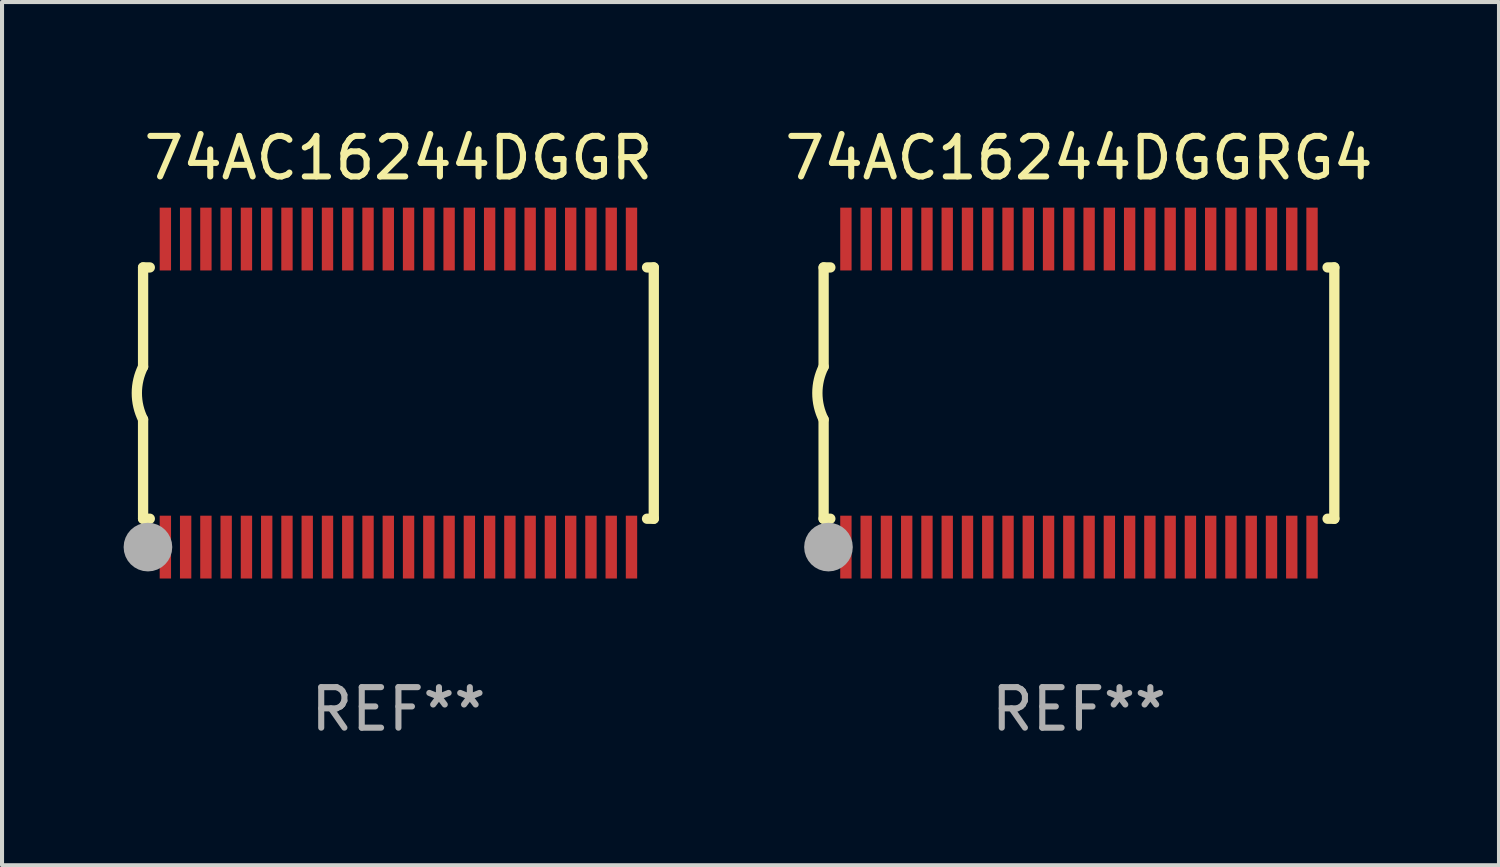
<source format=kicad_pcb>
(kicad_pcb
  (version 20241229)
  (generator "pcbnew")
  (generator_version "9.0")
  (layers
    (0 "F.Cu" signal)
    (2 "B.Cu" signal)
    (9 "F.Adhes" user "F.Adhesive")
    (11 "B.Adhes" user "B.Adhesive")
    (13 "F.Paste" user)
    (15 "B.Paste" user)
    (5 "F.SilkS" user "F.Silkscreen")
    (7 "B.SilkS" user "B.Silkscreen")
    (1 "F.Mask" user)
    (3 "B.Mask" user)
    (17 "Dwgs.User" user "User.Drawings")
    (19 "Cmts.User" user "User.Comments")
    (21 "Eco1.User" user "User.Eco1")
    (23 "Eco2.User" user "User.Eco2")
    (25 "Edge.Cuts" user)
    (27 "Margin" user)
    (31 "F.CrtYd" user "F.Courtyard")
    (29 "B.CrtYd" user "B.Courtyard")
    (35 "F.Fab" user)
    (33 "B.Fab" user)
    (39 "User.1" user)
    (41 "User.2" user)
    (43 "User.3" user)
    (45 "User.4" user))
  (footprint "74AC16244DGGR"
    (layer "F.Cu")
    (at 6.78 6.648)
    (property "Reference" "74AC16244DGGR" (at 0 -5.8 0) (layer "F.SilkS") (effects (font (size 1 1) (thickness 0.15))))
    (attr through_hole)
    (fp_line (start -6.3 -3.1) (end -6.3 -0.65) (stroke (width 0.254) (type solid)) (layer "F.SilkS"))
    (fp_line (start -6.3 -3.1) (end -6.134 -3.1) (stroke (width 0.254) (type solid)) (layer "F.SilkS"))
    (fp_line (start -6.3 3.1) (end -6.3 0.65) (stroke (width 0.254) (type solid)) (layer "F.SilkS"))
    (fp_line (start -6.3 3.1) (end -6.134 3.1) (stroke (width 0.254) (type solid)) (layer "F.SilkS"))
    (fp_line (start 6.134 -3.1) (end 6.3 -3.1) (stroke (width 0.254) (type solid)) (layer "F.SilkS"))
    (fp_line (start 6.134 3.1) (end 6.3 3.1) (stroke (width 0.254) (type solid)) (layer "F.SilkS"))
    (fp_line (start 6.3 -3.1) (end 6.3 3.1) (stroke (width 0.254) (type solid)) (layer "F.SilkS"))
    (fp_arc (start -6.301016 0.650114) (mid -6.45413 -0.000082) (end -6.3 -0.650038) (stroke (width 0.254001) (type solid)) (layer "F.SilkS"))
    (fp_circle (center -6.35 3.81) (end -6.223 3.81) (stroke (width 0.254) (type solid)) (fill no) (layer "F.SilkS"))
    (fp_circle (center -6.25 4.05) (end -6.22 4.05) (stroke (width 0.06) (type solid)) (fill no) (layer "F.SilkS"))
    (fp_circle (center -6.18 3.8) (end -5.88 3.8) (stroke (width 0.6) (type solid)) (fill no) (layer "F.Fab"))
    (fp_text user "REF**" (at 0 7.8 0) (layer "F.Fab") (effects (font (size 1 1) (thickness 0.15))))
    (pad "1" smd rect (at -5.75 3.8) (size 0.28 1.55) (layers "F.Cu" "F.Mask" "F.Paste"))
    (pad "2" smd rect (at -5.25 3.8) (size 0.28 1.55) (layers "F.Cu" "F.Mask" "F.Paste"))
    (pad "3" smd rect (at -4.75 3.8) (size 0.28 1.55) (layers "F.Cu" "F.Mask" "F.Paste"))
    (pad "4" smd rect (at -4.25 3.8) (size 0.28 1.55) (layers "F.Cu" "F.Mask" "F.Paste"))
    (pad "5" smd rect (at -3.75 3.8) (size 0.28 1.55) (layers "F.Cu" "F.Mask" "F.Paste"))
    (pad "6" smd rect (at -3.25 3.8) (size 0.28 1.55) (layers "F.Cu" "F.Mask" "F.Paste"))
    (pad "7" smd rect (at -2.75 3.8) (size 0.28 1.55) (layers "F.Cu" "F.Mask" "F.Paste"))
    (pad "8" smd rect (at -2.25 3.8) (size 0.28 1.55) (layers "F.Cu" "F.Mask" "F.Paste"))
    (pad "9" smd rect (at -1.75 3.8) (size 0.28 1.55) (layers "F.Cu" "F.Mask" "F.Paste"))
    (pad "10" smd rect (at -1.25 3.8) (size 0.28 1.55) (layers "F.Cu" "F.Mask" "F.Paste"))
    (pad "11" smd rect (at -0.75 3.8) (size 0.28 1.55) (layers "F.Cu" "F.Mask" "F.Paste"))
    (pad "12" smd rect (at -0.25 3.8) (size 0.28 1.55) (layers "F.Cu" "F.Mask" "F.Paste"))
    (pad "13" smd rect (at 0.25 3.8) (size 0.28 1.55) (layers "F.Cu" "F.Mask" "F.Paste"))
    (pad "14" smd rect (at 0.75 3.8) (size 0.28 1.55) (layers "F.Cu" "F.Mask" "F.Paste"))
    (pad "15" smd rect (at 1.25 3.8) (size 0.28 1.55) (layers "F.Cu" "F.Mask" "F.Paste"))
    (pad "16" smd rect (at 1.75 3.8) (size 0.28 1.55) (layers "F.Cu" "F.Mask" "F.Paste"))
    (pad "17" smd rect (at 2.25 3.8) (size 0.28 1.55) (layers "F.Cu" "F.Mask" "F.Paste"))
    (pad "18" smd rect (at 2.75 3.8) (size 0.28 1.55) (layers "F.Cu" "F.Mask" "F.Paste"))
    (pad "19" smd rect (at 3.25 3.8) (size 0.28 1.55) (layers "F.Cu" "F.Mask" "F.Paste"))
    (pad "20" smd rect (at 3.75 3.8) (size 0.28 1.55) (layers "F.Cu" "F.Mask" "F.Paste"))
    (pad "21" smd rect (at 4.25 3.8) (size 0.28 1.55) (layers "F.Cu" "F.Mask" "F.Paste"))
    (pad "22" smd rect (at 4.75 3.8) (size 0.28 1.55) (layers "F.Cu" "F.Mask" "F.Paste"))
    (pad "23" smd rect (at 5.25 3.8) (size 0.28 1.55) (layers "F.Cu" "F.Mask" "F.Paste"))
    (pad "24" smd rect (at 5.75 3.8) (size 0.28 1.55) (layers "F.Cu" "F.Mask" "F.Paste"))
    (pad "25" smd rect (at 5.75 -3.8) (size 0.28 1.55) (layers "F.Cu" "F.Mask" "F.Paste"))
    (pad "26" smd rect (at 5.25 -3.8) (size 0.28 1.55) (layers "F.Cu" "F.Mask" "F.Paste"))
    (pad "27" smd rect (at 4.75 -3.8) (size 0.28 1.55) (layers "F.Cu" "F.Mask" "F.Paste"))
    (pad "28" smd rect (at 4.25 -3.8) (size 0.28 1.55) (layers "F.Cu" "F.Mask" "F.Paste"))
    (pad "29" smd rect (at 3.75 -3.8) (size 0.28 1.55) (layers "F.Cu" "F.Mask" "F.Paste"))
    (pad "30" smd rect (at 3.25 -3.8) (size 0.28 1.55) (layers "F.Cu" "F.Mask" "F.Paste"))
    (pad "31" smd rect (at 2.75 -3.8) (size 0.28 1.55) (layers "F.Cu" "F.Mask" "F.Paste"))
    (pad "32" smd rect (at 2.25 -3.8) (size 0.28 1.55) (layers "F.Cu" "F.Mask" "F.Paste"))
    (pad "33" smd rect (at 1.75 -3.8) (size 0.28 1.55) (layers "F.Cu" "F.Mask" "F.Paste"))
    (pad "34" smd rect (at 1.25 -3.8) (size 0.28 1.55) (layers "F.Cu" "F.Mask" "F.Paste"))
    (pad "35" smd rect (at 0.75 -3.8) (size 0.28 1.55) (layers "F.Cu" "F.Mask" "F.Paste"))
    (pad "36" smd rect (at 0.25 -3.8) (size 0.28 1.55) (layers "F.Cu" "F.Mask" "F.Paste"))
    (pad "37" smd rect (at -0.25 -3.8) (size 0.28 1.55) (layers "F.Cu" "F.Mask" "F.Paste"))
    (pad "38" smd rect (at -0.75 -3.8) (size 0.28 1.55) (layers "F.Cu" "F.Mask" "F.Paste"))
    (pad "39" smd rect (at -1.25 -3.8) (size 0.28 1.55) (layers "F.Cu" "F.Mask" "F.Paste"))
    (pad "40" smd rect (at -1.75 -3.8) (size 0.28 1.55) (layers "F.Cu" "F.Mask" "F.Paste"))
    (pad "41" smd rect (at -2.25 -3.8) (size 0.28 1.55) (layers "F.Cu" "F.Mask" "F.Paste"))
    (pad "42" smd rect (at -2.75 -3.8) (size 0.28 1.55) (layers "F.Cu" "F.Mask" "F.Paste"))
    (pad "43" smd rect (at -3.25 -3.8) (size 0.28 1.55) (layers "F.Cu" "F.Mask" "F.Paste"))
    (pad "44" smd rect (at -3.75 -3.8) (size 0.28 1.55) (layers "F.Cu" "F.Mask" "F.Paste"))
    (pad "45" smd rect (at -4.25 -3.8) (size 0.28 1.55) (layers "F.Cu" "F.Mask" "F.Paste"))
    (pad "46" smd rect (at -4.75 -3.8) (size 0.28 1.55) (layers "F.Cu" "F.Mask" "F.Paste"))
    (pad "47" smd rect (at -5.25 -3.8) (size 0.28 1.55) (layers "F.Cu" "F.Mask" "F.Paste"))
    (pad "48" smd rect (at -5.75 -3.8) (size 0.28 1.55) (layers "F.Cu" "F.Mask" "F.Paste")))
  (footprint "74AC16244DGGRG4"
    (layer "F.Cu")
    (at 23.57 6.648)
    (property "Reference" "74AC16244DGGRG4" (at 0 -5.8 0) (layer "F.SilkS") (effects (font (size 1 1) (thickness 0.15))))
    (attr through_hole)
    (fp_line (start -6.3 -3.1) (end -6.3 -0.65) (stroke (width 0.254) (type solid)) (layer "F.SilkS"))
    (fp_line (start -6.3 -3.1) (end -6.134 -3.1) (stroke (width 0.254) (type solid)) (layer "F.SilkS"))
    (fp_line (start -6.3 3.1) (end -6.3 0.65) (stroke (width 0.254) (type solid)) (layer "F.SilkS"))
    (fp_line (start -6.3 3.1) (end -6.134 3.1) (stroke (width 0.254) (type solid)) (layer "F.SilkS"))
    (fp_line (start 6.134 -3.1) (end 6.3 -3.1) (stroke (width 0.254) (type solid)) (layer "F.SilkS"))
    (fp_line (start 6.134 3.1) (end 6.3 3.1) (stroke (width 0.254) (type solid)) (layer "F.SilkS"))
    (fp_line (start 6.3 -3.1) (end 6.3 3.1) (stroke (width 0.254) (type solid)) (layer "F.SilkS"))
    (fp_arc (start -6.301016 0.650114) (mid -6.45413 -0.000082) (end -6.3 -0.650038) (stroke (width 0.254001) (type solid)) (layer "F.SilkS"))
    (fp_circle (center -6.35 3.81) (end -6.223 3.81) (stroke (width 0.254) (type solid)) (fill no) (layer "F.SilkS"))
    (fp_circle (center -6.25 4.05) (end -6.22 4.05) (stroke (width 0.06) (type solid)) (fill no) (layer "F.SilkS"))
    (fp_circle (center -6.18 3.8) (end -5.88 3.8) (stroke (width 0.6) (type solid)) (fill no) (layer "F.Fab"))
    (fp_text user "REF**" (at 0 7.8 0) (layer "F.Fab") (effects (font (size 1 1) (thickness 0.15))))
    (pad "1" smd rect (at -5.75 3.8) (size 0.28 1.55) (layers "F.Cu" "F.Mask" "F.Paste"))
    (pad "2" smd rect (at -5.25 3.8) (size 0.28 1.55) (layers "F.Cu" "F.Mask" "F.Paste"))
    (pad "3" smd rect (at -4.75 3.8) (size 0.28 1.55) (layers "F.Cu" "F.Mask" "F.Paste"))
    (pad "4" smd rect (at -4.25 3.8) (size 0.28 1.55) (layers "F.Cu" "F.Mask" "F.Paste"))
    (pad "5" smd rect (at -3.75 3.8) (size 0.28 1.55) (layers "F.Cu" "F.Mask" "F.Paste"))
    (pad "6" smd rect (at -3.25 3.8) (size 0.28 1.55) (layers "F.Cu" "F.Mask" "F.Paste"))
    (pad "7" smd rect (at -2.75 3.8) (size 0.28 1.55) (layers "F.Cu" "F.Mask" "F.Paste"))
    (pad "8" smd rect (at -2.25 3.8) (size 0.28 1.55) (layers "F.Cu" "F.Mask" "F.Paste"))
    (pad "9" smd rect (at -1.75 3.8) (size 0.28 1.55) (layers "F.Cu" "F.Mask" "F.Paste"))
    (pad "10" smd rect (at -1.25 3.8) (size 0.28 1.55) (layers "F.Cu" "F.Mask" "F.Paste"))
    (pad "11" smd rect (at -0.75 3.8) (size 0.28 1.55) (layers "F.Cu" "F.Mask" "F.Paste"))
    (pad "12" smd rect (at -0.25 3.8) (size 0.28 1.55) (layers "F.Cu" "F.Mask" "F.Paste"))
    (pad "13" smd rect (at 0.25 3.8) (size 0.28 1.55) (layers "F.Cu" "F.Mask" "F.Paste"))
    (pad "14" smd rect (at 0.75 3.8) (size 0.28 1.55) (layers "F.Cu" "F.Mask" "F.Paste"))
    (pad "15" smd rect (at 1.25 3.8) (size 0.28 1.55) (layers "F.Cu" "F.Mask" "F.Paste"))
    (pad "16" smd rect (at 1.75 3.8) (size 0.28 1.55) (layers "F.Cu" "F.Mask" "F.Paste"))
    (pad "17" smd rect (at 2.25 3.8) (size 0.28 1.55) (layers "F.Cu" "F.Mask" "F.Paste"))
    (pad "18" smd rect (at 2.75 3.8) (size 0.28 1.55) (layers "F.Cu" "F.Mask" "F.Paste"))
    (pad "19" smd rect (at 3.25 3.8) (size 0.28 1.55) (layers "F.Cu" "F.Mask" "F.Paste"))
    (pad "20" smd rect (at 3.75 3.8) (size 0.28 1.55) (layers "F.Cu" "F.Mask" "F.Paste"))
    (pad "21" smd rect (at 4.25 3.8) (size 0.28 1.55) (layers "F.Cu" "F.Mask" "F.Paste"))
    (pad "22" smd rect (at 4.75 3.8) (size 0.28 1.55) (layers "F.Cu" "F.Mask" "F.Paste"))
    (pad "23" smd rect (at 5.25 3.8) (size 0.28 1.55) (layers "F.Cu" "F.Mask" "F.Paste"))
    (pad "24" smd rect (at 5.75 3.8) (size 0.28 1.55) (layers "F.Cu" "F.Mask" "F.Paste"))
    (pad "25" smd rect (at 5.75 -3.8) (size 0.28 1.55) (layers "F.Cu" "F.Mask" "F.Paste"))
    (pad "26" smd rect (at 5.25 -3.8) (size 0.28 1.55) (layers "F.Cu" "F.Mask" "F.Paste"))
    (pad "27" smd rect (at 4.75 -3.8) (size 0.28 1.55) (layers "F.Cu" "F.Mask" "F.Paste"))
    (pad "28" smd rect (at 4.25 -3.8) (size 0.28 1.55) (layers "F.Cu" "F.Mask" "F.Paste"))
    (pad "29" smd rect (at 3.75 -3.8) (size 0.28 1.55) (layers "F.Cu" "F.Mask" "F.Paste"))
    (pad "30" smd rect (at 3.25 -3.8) (size 0.28 1.55) (layers "F.Cu" "F.Mask" "F.Paste"))
    (pad "31" smd rect (at 2.75 -3.8) (size 0.28 1.55) (layers "F.Cu" "F.Mask" "F.Paste"))
    (pad "32" smd rect (at 2.25 -3.8) (size 0.28 1.55) (layers "F.Cu" "F.Mask" "F.Paste"))
    (pad "33" smd rect (at 1.75 -3.8) (size 0.28 1.55) (layers "F.Cu" "F.Mask" "F.Paste"))
    (pad "34" smd rect (at 1.25 -3.8) (size 0.28 1.55) (layers "F.Cu" "F.Mask" "F.Paste"))
    (pad "35" smd rect (at 0.75 -3.8) (size 0.28 1.55) (layers "F.Cu" "F.Mask" "F.Paste"))
    (pad "36" smd rect (at 0.25 -3.8) (size 0.28 1.55) (layers "F.Cu" "F.Mask" "F.Paste"))
    (pad "37" smd rect (at -0.25 -3.8) (size 0.28 1.55) (layers "F.Cu" "F.Mask" "F.Paste"))
    (pad "38" smd rect (at -0.75 -3.8) (size 0.28 1.55) (layers "F.Cu" "F.Mask" "F.Paste"))
    (pad "39" smd rect (at -1.25 -3.8) (size 0.28 1.55) (layers "F.Cu" "F.Mask" "F.Paste"))
    (pad "40" smd rect (at -1.75 -3.8) (size 0.28 1.55) (layers "F.Cu" "F.Mask" "F.Paste"))
    (pad "41" smd rect (at -2.25 -3.8) (size 0.28 1.55) (layers "F.Cu" "F.Mask" "F.Paste"))
    (pad "42" smd rect (at -2.75 -3.8) (size 0.28 1.55) (layers "F.Cu" "F.Mask" "F.Paste"))
    (pad "43" smd rect (at -3.25 -3.8) (size 0.28 1.55) (layers "F.Cu" "F.Mask" "F.Paste"))
    (pad "44" smd rect (at -3.75 -3.8) (size 0.28 1.55) (layers "F.Cu" "F.Mask" "F.Paste"))
    (pad "45" smd rect (at -4.25 -3.8) (size 0.28 1.55) (layers "F.Cu" "F.Mask" "F.Paste"))
    (pad "46" smd rect (at -4.75 -3.8) (size 0.28 1.55) (layers "F.Cu" "F.Mask" "F.Paste"))
    (pad "47" smd rect (at -5.25 -3.8) (size 0.28 1.55) (layers "F.Cu" "F.Mask" "F.Paste"))
    (pad "48" smd rect (at -5.75 -3.8) (size 0.28 1.55) (layers "F.Cu" "F.Mask" "F.Paste")))
  (gr_rect
    (start -3 -3)
    (end 33.933 18.296)
    (stroke (width 0.1) (type default))
    (fill no)
    (layer "Edge.Cuts")))
</source>
